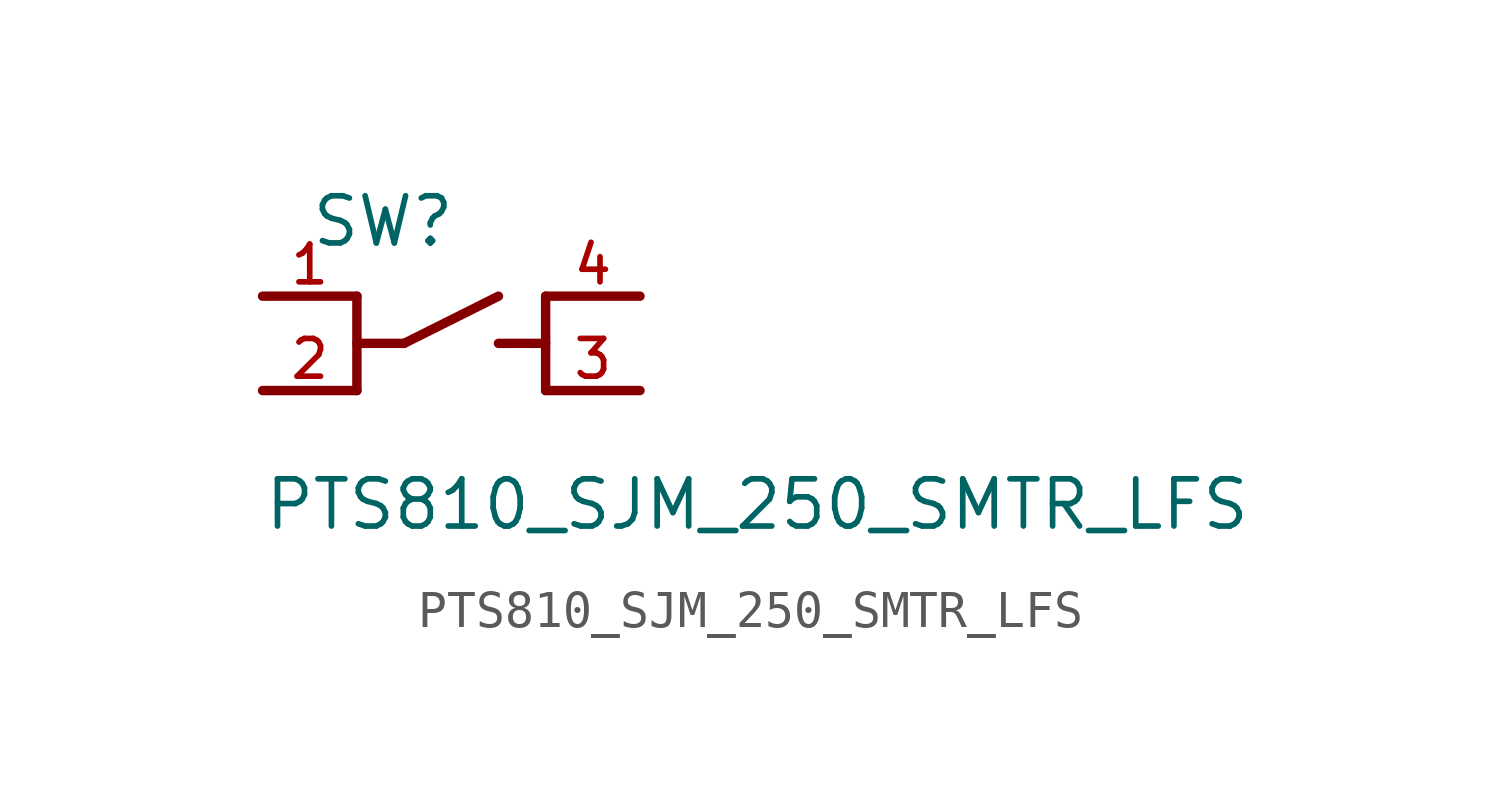
<source format=kicad_sym>
(kicad_symbol_lib
  (version 20211014)
  (generator kicad_symbol_editor)
  (symbol "PTS810_SJM_250_SMTR_LFS"
    (pin_names
      (offset 1.016))
    (property "Reference" "SW"
      (at -3.81 1.27 0)
      (effects (font (size 1.27 1.27)) (justify bottom left)))
    (property "Value" "PTS810_SJM_250_SMTR_LFS"
      (at -5.08 -6.35 0)
      (effects (font (size 1.27 1.27)) (justify bottom left)))
    (symbol "PTS810_SJM_250_SMTR_LFS_0_0"
      (polyline (pts (xy -2.54 0.0) (xy -2.54 -2.54)) (stroke (width 0.254)))
      (polyline (pts (xy 2.54 0.0) (xy 2.54 -2.54)) (stroke (width 0.254)))
      (polyline (pts (xy -2.54 0.0) (xy -5.08 0.0)) (stroke (width 0.254)))
      (polyline (pts (xy -2.54 -2.54) (xy -5.08 -2.54)) (stroke (width 0.254)))
      (polyline (pts (xy 2.54 -2.54) (xy 5.08 -2.54)) (stroke (width 0.254)))
      (polyline (pts (xy 2.54 0.0) (xy 5.08 0.0)) (stroke (width 0.254)))
      (polyline (pts (xy -2.54 -1.27) (xy -1.27 -1.27)) (stroke (width 0.254)))
      (polyline (pts (xy -1.27 -1.27) (xy 1.27 0.0)) (stroke (width 0.254)))
      (polyline (pts (xy 1.27 -1.27) (xy 2.54 -1.27)) (stroke (width 0.254)))
      (pin passive line (at -5.08 0.0 0) (length 2.54) (name "~" (effects (font (size 1.016 1.016)))) (number "1" (effects (font (size 1.016 1.016)))))
      (pin passive line (at -5.08 -2.54 0) (length 2.54) (name "~" (effects (font (size 1.016 1.016)))) (number "2" (effects (font (size 1.016 1.016)))))
      (pin passive line (at 5.08 -2.54 180.0) (length 2.54) (name "~" (effects (font (size 1.016 1.016)))) (number "3" (effects (font (size 1.016 1.016)))))
      (pin passive line (at 5.08 0.0 180.0) (length 2.54) (name "~" (effects (font (size 1.016 1.016)))) (number "4" (effects (font (size 1.016 1.016))))))))
</source>
